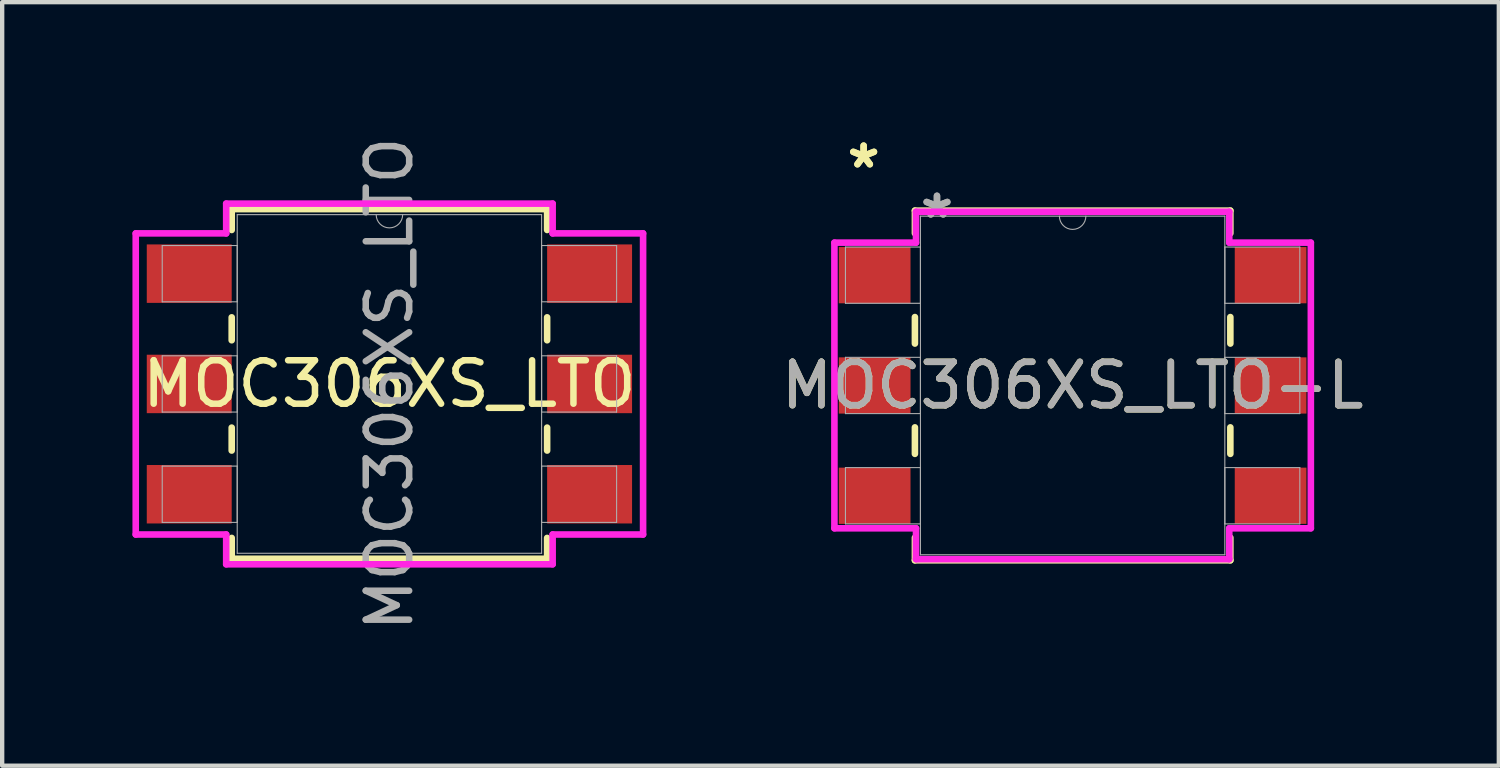
<source format=kicad_pcb>
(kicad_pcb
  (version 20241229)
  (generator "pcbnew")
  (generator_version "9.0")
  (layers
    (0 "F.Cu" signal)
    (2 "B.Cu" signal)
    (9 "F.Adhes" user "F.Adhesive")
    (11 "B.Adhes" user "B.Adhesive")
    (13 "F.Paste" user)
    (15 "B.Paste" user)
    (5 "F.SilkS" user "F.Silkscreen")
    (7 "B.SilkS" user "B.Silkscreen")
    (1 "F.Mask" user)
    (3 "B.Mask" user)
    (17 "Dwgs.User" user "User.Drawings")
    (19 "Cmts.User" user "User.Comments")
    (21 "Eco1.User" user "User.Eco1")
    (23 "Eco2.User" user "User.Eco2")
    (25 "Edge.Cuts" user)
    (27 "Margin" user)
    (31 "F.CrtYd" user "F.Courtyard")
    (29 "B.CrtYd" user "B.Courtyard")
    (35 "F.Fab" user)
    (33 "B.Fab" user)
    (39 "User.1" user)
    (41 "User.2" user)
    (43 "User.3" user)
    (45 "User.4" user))
  (footprint "MOC306XS_LTO"
    (layer "F.Cu")
    (at 5.918 5.792)
    (property "Reference" "MOC306XS_LTO" (at 0 0 0) (unlocked yes) (layer "F.SilkS") (effects (font (size 1 1) (thickness 0.15))))
    (attr smd)
    (fp_line (start -3.632 -4.026) (end -3.632 -3.546) (stroke (width 0.152) (type solid)) (layer "F.SilkS"))
    (fp_line (start -3.632 -1.534) (end -3.632 -1.006) (stroke (width 0.152) (type solid)) (layer "F.SilkS"))
    (fp_line (start -3.632 1.006) (end -3.632 1.534) (stroke (width 0.152) (type solid)) (layer "F.SilkS"))
    (fp_line (start -3.632 3.546) (end -3.632 4.026) (stroke (width 0.152) (type solid)) (layer "F.SilkS"))
    (fp_line (start -3.632 4.026) (end 3.632 4.026) (stroke (width 0.152) (type solid)) (layer "F.SilkS"))
    (fp_line (start 3.632 -4.026) (end -3.632 -4.026) (stroke (width 0.152) (type solid)) (layer "F.SilkS"))
    (fp_line (start 3.632 -3.546) (end 3.632 -4.026) (stroke (width 0.152) (type solid)) (layer "F.SilkS"))
    (fp_line (start 3.632 -1.006) (end 3.632 -1.534) (stroke (width 0.152) (type solid)) (layer "F.SilkS"))
    (fp_line (start 3.632 1.534) (end 3.632 1.006) (stroke (width 0.152) (type solid)) (layer "F.SilkS"))
    (fp_line (start 3.632 4.026) (end 3.632 3.546) (stroke (width 0.152) (type solid)) (layer "F.SilkS"))
    (fp_line (start -5.842 -3.467) (end -3.759 -3.467) (stroke (width 0.152) (type solid)) (layer "F.CrtYd"))
    (fp_line (start -5.842 3.467) (end -5.842 -3.467) (stroke (width 0.152) (type solid)) (layer "F.CrtYd"))
    (fp_line (start -5.842 3.467) (end -3.759 3.467) (stroke (width 0.152) (type solid)) (layer "F.CrtYd"))
    (fp_line (start -3.759 -4.153) (end 3.759 -4.153) (stroke (width 0.152) (type solid)) (layer "F.CrtYd"))
    (fp_line (start -3.759 -3.467) (end -3.759 -4.153) (stroke (width 0.152) (type solid)) (layer "F.CrtYd"))
    (fp_line (start -3.759 4.153) (end -3.759 3.467) (stroke (width 0.152) (type solid)) (layer "F.CrtYd"))
    (fp_line (start 3.759 -4.153) (end 3.759 -3.467) (stroke (width 0.152) (type solid)) (layer "F.CrtYd"))
    (fp_line (start 3.759 3.467) (end 3.759 4.153) (stroke (width 0.152) (type solid)) (layer "F.CrtYd"))
    (fp_line (start 3.759 4.153) (end -3.759 4.153) (stroke (width 0.152) (type solid)) (layer "F.CrtYd"))
    (fp_line (start 5.842 -3.467) (end 3.759 -3.467) (stroke (width 0.152) (type solid)) (layer "F.CrtYd"))
    (fp_line (start 5.842 -3.467) (end 5.842 3.467) (stroke (width 0.152) (type solid)) (layer "F.CrtYd"))
    (fp_line (start 5.842 3.467) (end 3.759 3.467) (stroke (width 0.152) (type solid)) (layer "F.CrtYd"))
    (fp_line (start -5.232 -3.188) (end -5.232 -1.892) (stroke (width 0.025) (type solid)) (layer "F.Fab"))
    (fp_line (start -5.232 -1.892) (end -3.505 -1.892) (stroke (width 0.025) (type solid)) (layer "F.Fab"))
    (fp_line (start -5.232 -0.648) (end -5.232 0.648) (stroke (width 0.025) (type solid)) (layer "F.Fab"))
    (fp_line (start -5.232 0.648) (end -3.505 0.648) (stroke (width 0.025) (type solid)) (layer "F.Fab"))
    (fp_line (start -5.232 1.892) (end -5.232 3.188) (stroke (width 0.025) (type solid)) (layer "F.Fab"))
    (fp_line (start -5.232 3.188) (end -3.505 3.188) (stroke (width 0.025) (type solid)) (layer "F.Fab"))
    (fp_line (start -3.505 -3.899) (end -3.505 3.899) (stroke (width 0.025) (type solid)) (layer "F.Fab"))
    (fp_line (start -3.505 -3.188) (end -5.232 -3.188) (stroke (width 0.025) (type solid)) (layer "F.Fab"))
    (fp_line (start -3.505 -1.892) (end -3.505 -3.188) (stroke (width 0.025) (type solid)) (layer "F.Fab"))
    (fp_line (start -3.505 -0.648) (end -5.232 -0.648) (stroke (width 0.025) (type solid)) (layer "F.Fab"))
    (fp_line (start -3.505 0.648) (end -3.505 -0.648) (stroke (width 0.025) (type solid)) (layer "F.Fab"))
    (fp_line (start -3.505 1.892) (end -5.232 1.892) (stroke (width 0.025) (type solid)) (layer "F.Fab"))
    (fp_line (start -3.505 3.188) (end -3.505 1.892) (stroke (width 0.025) (type solid)) (layer "F.Fab"))
    (fp_line (start -3.505 3.899) (end 3.505 3.899) (stroke (width 0.025) (type solid)) (layer "F.Fab"))
    (fp_line (start 3.505 -3.899) (end -3.505 -3.899) (stroke (width 0.025) (type solid)) (layer "F.Fab"))
    (fp_line (start 3.505 -3.188) (end 3.505 -1.892) (stroke (width 0.025) (type solid)) (layer "F.Fab"))
    (fp_line (start 3.505 -1.892) (end 5.232 -1.892) (stroke (width 0.025) (type solid)) (layer "F.Fab"))
    (fp_line (start 3.505 -0.648) (end 3.505 0.648) (stroke (width 0.025) (type solid)) (layer "F.Fab"))
    (fp_line (start 3.505 0.648) (end 5.232 0.648) (stroke (width 0.025) (type solid)) (layer "F.Fab"))
    (fp_line (start 3.505 1.892) (end 3.505 3.188) (stroke (width 0.025) (type solid)) (layer "F.Fab"))
    (fp_line (start 3.505 3.188) (end 5.232 3.188) (stroke (width 0.025) (type solid)) (layer "F.Fab"))
    (fp_line (start 3.505 3.899) (end 3.505 -3.899) (stroke (width 0.025) (type solid)) (layer "F.Fab"))
    (fp_line (start 5.232 -3.188) (end 3.505 -3.188) (stroke (width 0.025) (type solid)) (layer "F.Fab"))
    (fp_line (start 5.232 -1.892) (end 5.232 -3.188) (stroke (width 0.025) (type solid)) (layer "F.Fab"))
    (fp_line (start 5.232 -0.648) (end 3.505 -0.648) (stroke (width 0.025) (type solid)) (layer "F.Fab"))
    (fp_line (start 5.232 0.648) (end 5.232 -0.648) (stroke (width 0.025) (type solid)) (layer "F.Fab"))
    (fp_line (start 5.232 1.892) (end 3.505 1.892) (stroke (width 0.025) (type solid)) (layer "F.Fab"))
    (fp_line (start 5.232 3.188) (end 5.232 1.892) (stroke (width 0.025) (type solid)) (layer "F.Fab"))
    (fp_arc (start 0.3048 -3.8989) (mid 0 -3.5941) (end -0.3048 -3.8989) (stroke (width 0.0254) (type solid)) (layer "F.Fab"))
    (fp_text user "${REFERENCE}" (at 0 0 90) (unlocked yes) (layer "F.Fab") (effects (font (size 1 1) (thickness 0.15))))
    (pad "1" smd rect (at -4.61 -2.54) (size 1.956 1.346) (layers "F.Cu" "F.Mask" "F.Paste"))
    (pad "2" smd rect (at -4.61 0) (size 1.956 1.346) (layers "F.Cu" "F.Mask" "F.Paste"))
    (pad "3" smd rect (at -4.61 2.54) (size 1.956 1.346) (layers "F.Cu" "F.Mask" "F.Paste"))
    (pad "4" smd rect (at 4.61 2.54) (size 1.956 1.346) (layers "F.Cu" "F.Mask" "F.Paste"))
    (pad "5" smd rect (at 4.61 0) (size 1.956 1.346) (layers "F.Cu" "F.Mask" "F.Paste"))
    (pad "6" smd rect (at 4.61 -2.54) (size 1.956 1.346) (layers "F.Cu" "F.Mask" "F.Paste")))
  (footprint "MOC306XS_LTO-L"
    (layer "F.Cu")
    (at 21.652 5.827)
    (property "Reference" "MOC306XS_LTO-L" (at 0 0 0) (unlocked yes) (layer "F.SilkS") (effects (font (size 1 1) (thickness 0.15))))
    (attr smd)
    (fp_line (start -3.632 -4.026) (end -3.632 -3.505) (stroke (width 0.152) (type solid)) (layer "F.SilkS"))
    (fp_line (start -3.632 -1.575) (end -3.632 -0.965) (stroke (width 0.152) (type solid)) (layer "F.SilkS"))
    (fp_line (start -3.632 0.965) (end -3.632 1.575) (stroke (width 0.152) (type solid)) (layer "F.SilkS"))
    (fp_line (start -3.632 3.505) (end -3.632 4.026) (stroke (width 0.152) (type solid)) (layer "F.SilkS"))
    (fp_line (start -3.632 4.026) (end 3.632 4.026) (stroke (width 0.152) (type solid)) (layer "F.SilkS"))
    (fp_line (start 3.632 -4.026) (end -3.632 -4.026) (stroke (width 0.152) (type solid)) (layer "F.SilkS"))
    (fp_line (start 3.632 -3.505) (end 3.632 -4.026) (stroke (width 0.152) (type solid)) (layer "F.SilkS"))
    (fp_line (start 3.632 -0.965) (end 3.632 -1.575) (stroke (width 0.152) (type solid)) (layer "F.SilkS"))
    (fp_line (start 3.632 1.575) (end 3.632 0.965) (stroke (width 0.152) (type solid)) (layer "F.SilkS"))
    (fp_line (start 3.632 4.026) (end 3.632 3.505) (stroke (width 0.152) (type solid)) (layer "F.SilkS"))
    (fp_line (start -5.486 -3.289) (end -3.607 -3.289) (stroke (width 0.152) (type solid)) (layer "F.CrtYd"))
    (fp_line (start -5.486 3.289) (end -5.486 -3.289) (stroke (width 0.152) (type solid)) (layer "F.CrtYd"))
    (fp_line (start -5.486 3.289) (end -3.607 3.289) (stroke (width 0.152) (type solid)) (layer "F.CrtYd"))
    (fp_line (start -3.607 -4) (end 3.607 -4) (stroke (width 0.152) (type solid)) (layer "F.CrtYd"))
    (fp_line (start -3.607 -3.289) (end -3.607 -4) (stroke (width 0.152) (type solid)) (layer "F.CrtYd"))
    (fp_line (start -3.607 4) (end -3.607 3.289) (stroke (width 0.152) (type solid)) (layer "F.CrtYd"))
    (fp_line (start 3.607 -4) (end 3.607 -3.289) (stroke (width 0.152) (type solid)) (layer "F.CrtYd"))
    (fp_line (start 3.607 3.289) (end 3.607 4) (stroke (width 0.152) (type solid)) (layer "F.CrtYd"))
    (fp_line (start 3.607 4) (end -3.607 4) (stroke (width 0.152) (type solid)) (layer "F.CrtYd"))
    (fp_line (start 5.486 -3.289) (end 3.607 -3.289) (stroke (width 0.152) (type solid)) (layer "F.CrtYd"))
    (fp_line (start 5.486 -3.289) (end 5.486 3.289) (stroke (width 0.152) (type solid)) (layer "F.CrtYd"))
    (fp_line (start 5.486 3.289) (end 3.607 3.289) (stroke (width 0.152) (type solid)) (layer "F.CrtYd"))
    (fp_line (start -5.232 -3.188) (end -5.232 -1.892) (stroke (width 0.025) (type solid)) (layer "F.Fab"))
    (fp_line (start -5.232 -1.892) (end -3.505 -1.892) (stroke (width 0.025) (type solid)) (layer "F.Fab"))
    (fp_line (start -5.232 -0.648) (end -5.232 0.648) (stroke (width 0.025) (type solid)) (layer "F.Fab"))
    (fp_line (start -5.232 0.648) (end -3.505 0.648) (stroke (width 0.025) (type solid)) (layer "F.Fab"))
    (fp_line (start -5.232 1.892) (end -5.232 3.188) (stroke (width 0.025) (type solid)) (layer "F.Fab"))
    (fp_line (start -5.232 3.188) (end -3.505 3.188) (stroke (width 0.025) (type solid)) (layer "F.Fab"))
    (fp_line (start -3.505 -3.899) (end -3.505 3.899) (stroke (width 0.025) (type solid)) (layer "F.Fab"))
    (fp_line (start -3.505 -3.188) (end -5.232 -3.188) (stroke (width 0.025) (type solid)) (layer "F.Fab"))
    (fp_line (start -3.505 -1.892) (end -3.505 -3.188) (stroke (width 0.025) (type solid)) (layer "F.Fab"))
    (fp_line (start -3.505 -0.648) (end -5.232 -0.648) (stroke (width 0.025) (type solid)) (layer "F.Fab"))
    (fp_line (start -3.505 0.648) (end -3.505 -0.648) (stroke (width 0.025) (type solid)) (layer "F.Fab"))
    (fp_line (start -3.505 1.892) (end -5.232 1.892) (stroke (width 0.025) (type solid)) (layer "F.Fab"))
    (fp_line (start -3.505 3.188) (end -3.505 1.892) (stroke (width 0.025) (type solid)) (layer "F.Fab"))
    (fp_line (start -3.505 3.899) (end 3.505 3.899) (stroke (width 0.025) (type solid)) (layer "F.Fab"))
    (fp_line (start 3.505 -3.899) (end -3.505 -3.899) (stroke (width 0.025) (type solid)) (layer "F.Fab"))
    (fp_line (start 3.505 -3.188) (end 3.505 -1.892) (stroke (width 0.025) (type solid)) (layer "F.Fab"))
    (fp_line (start 3.505 -1.892) (end 5.232 -1.892) (stroke (width 0.025) (type solid)) (layer "F.Fab"))
    (fp_line (start 3.505 -0.648) (end 3.505 0.648) (stroke (width 0.025) (type solid)) (layer "F.Fab"))
    (fp_line (start 3.505 0.648) (end 5.232 0.648) (stroke (width 0.025) (type solid)) (layer "F.Fab"))
    (fp_line (start 3.505 1.892) (end 3.505 3.188) (stroke (width 0.025) (type solid)) (layer "F.Fab"))
    (fp_line (start 3.505 3.188) (end 5.232 3.188) (stroke (width 0.025) (type solid)) (layer "F.Fab"))
    (fp_line (start 3.505 3.899) (end 3.505 -3.899) (stroke (width 0.025) (type solid)) (layer "F.Fab"))
    (fp_line (start 5.232 -3.188) (end 3.505 -3.188) (stroke (width 0.025) (type solid)) (layer "F.Fab"))
    (fp_line (start 5.232 -1.892) (end 5.232 -3.188) (stroke (width 0.025) (type solid)) (layer "F.Fab"))
    (fp_line (start 5.232 -0.648) (end 3.505 -0.648) (stroke (width 0.025) (type solid)) (layer "F.Fab"))
    (fp_line (start 5.232 0.648) (end 5.232 -0.648) (stroke (width 0.025) (type solid)) (layer "F.Fab"))
    (fp_line (start 5.232 1.892) (end 3.505 1.892) (stroke (width 0.025) (type solid)) (layer "F.Fab"))
    (fp_line (start 5.232 3.188) (end 5.232 1.892) (stroke (width 0.025) (type solid)) (layer "F.Fab"))
    (fp_arc (start 0.3048 -3.8989) (mid 0 -3.5941) (end -0.3048 -3.8989) (stroke (width 0.0254) (type solid)) (layer "F.Fab"))
    (fp_text user "*" (at -4.813 -4.978 0) (unlocked yes) (layer "F.SilkS") (effects (font (size 1 1) (thickness 0.15))))
    (fp_text user "*" (at -4.813 -4.978 0) (layer "F.SilkS") (effects (font (size 1 1) (thickness 0.15))))
    (fp_text user "*" (at -3.124 -3.823 0) (layer "F.Fab") (effects (font (size 1 1) (thickness 0.15))))
    (fp_text user "${REFERENCE}" (at 0 0 0) (unlocked yes) (layer "F.Fab") (effects (font (size 1 1) (thickness 0.15))))
    (fp_text user "*" (at -3.124 -3.823 0) (unlocked yes) (layer "F.Fab") (effects (font (size 1 1) (thickness 0.15))))
    (pad "1" smd rect (at -4.559 -2.54) (size 1.651 1.295) (layers "F.Cu" "F.Mask" "F.Paste"))
    (pad "2" smd rect (at -4.559 0) (size 1.651 1.295) (layers "F.Cu" "F.Mask" "F.Paste"))
    (pad "3" smd rect (at -4.559 2.54) (size 1.651 1.295) (layers "F.Cu" "F.Mask" "F.Paste"))
    (pad "4" smd rect (at 4.559 2.54) (size 1.651 1.295) (layers "F.Cu" "F.Mask" "F.Paste"))
    (pad "5" smd rect (at 4.559 0) (size 1.651 1.295) (layers "F.Cu" "F.Mask" "F.Paste"))
    (pad "6" smd rect (at 4.559 -2.54) (size 1.651 1.295) (layers "F.Cu" "F.Mask" "F.Paste")))
  (gr_rect
    (start -3 -3)
    (end 31.467 14.583)
    (stroke (width 0.1) (type default))
    (fill no)
    (layer "Edge.Cuts")))
</source>
